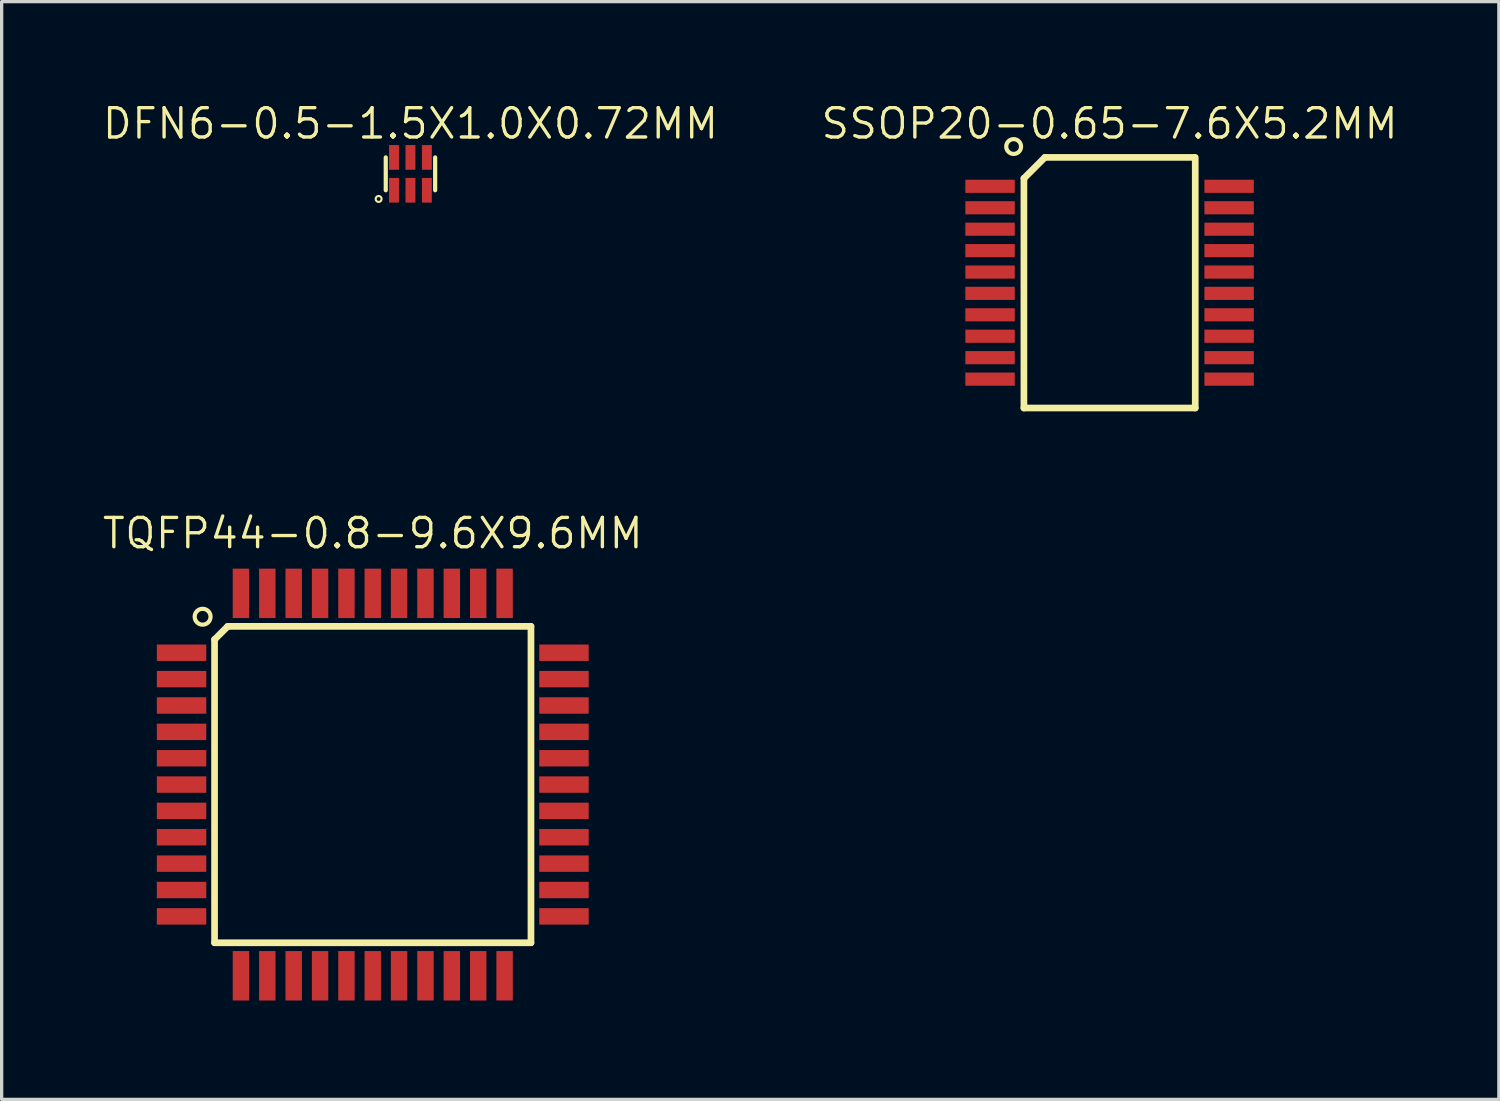
<source format=kicad_pcb>
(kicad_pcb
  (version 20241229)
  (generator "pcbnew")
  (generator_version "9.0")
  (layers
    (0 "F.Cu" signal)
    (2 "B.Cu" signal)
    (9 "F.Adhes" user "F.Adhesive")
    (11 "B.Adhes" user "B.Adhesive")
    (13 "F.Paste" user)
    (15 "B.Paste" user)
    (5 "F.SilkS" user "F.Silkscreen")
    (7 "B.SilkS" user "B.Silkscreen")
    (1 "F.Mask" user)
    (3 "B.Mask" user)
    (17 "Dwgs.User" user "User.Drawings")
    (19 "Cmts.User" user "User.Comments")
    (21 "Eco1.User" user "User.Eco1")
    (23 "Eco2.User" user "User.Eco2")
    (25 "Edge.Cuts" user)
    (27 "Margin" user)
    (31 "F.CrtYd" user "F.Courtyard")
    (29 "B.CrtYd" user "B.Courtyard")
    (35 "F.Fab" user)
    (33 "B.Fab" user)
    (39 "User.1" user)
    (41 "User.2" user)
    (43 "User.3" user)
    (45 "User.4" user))
  (footprint "SSOP20-0.65-7.6X5.2MM"
    (layer "F.Cu")
    (at 30.601 5.524)
    (property "Reference" "SSOP20-0.65-7.6X5.2MM" (at 0 -4.826 0) (layer "F.SilkS") (effects (font (size 0.889 0.889) (thickness 0.102))))
    (attr smd)
    (fp_line (start -2.598 -3.165) (end -2.598 3.8) (stroke (width 0.203) (type solid)) (layer "F.SilkS"))
    (fp_line (start -2.598 3.8) (end 2.598 3.8) (stroke (width 0.203) (type solid)) (layer "F.SilkS"))
    (fp_line (start -2.598 3.81) (end 2.598 3.81) (stroke (width 0.066) (type solid)) (layer "F.SilkS"))
    (fp_line (start -1.963 -3.8) (end -2.598 -3.165) (stroke (width 0.203) (type solid)) (layer "F.SilkS"))
    (fp_line (start 2.573 -3.823) (end 2.573 -3.8) (stroke (width 0.127) (type solid)) (layer "F.SilkS"))
    (fp_line (start 2.573 -3.8) (end -1.963 -3.8) (stroke (width 0.203) (type solid)) (layer "F.SilkS"))
    (fp_line (start 2.598 -3.81) (end 2.598 3.81) (stroke (width 0.066) (type solid)) (layer "F.SilkS"))
    (fp_line (start 2.598 3.8) (end 2.598 -3.8) (stroke (width 0.203) (type solid)) (layer "F.SilkS"))
    (fp_circle (center -2.91 -4.13) (end -3.03 -3.94) (stroke (width 0.127) (type solid)) (fill no) (layer "F.SilkS"))
    (pad "1" smd rect (at -3.625 -2.924 270) (size 0.399 1.499) (layers "F.Cu" "F.Mask" "F.Paste"))
    (pad "2" smd rect (at -3.625 -2.273 270) (size 0.399 1.499) (layers "F.Cu" "F.Mask" "F.Paste"))
    (pad "3" smd rect (at -3.625 -1.623 270) (size 0.399 1.499) (layers "F.Cu" "F.Mask" "F.Paste"))
    (pad "4" smd rect (at -3.625 -0.973 270) (size 0.399 1.499) (layers "F.Cu" "F.Mask" "F.Paste"))
    (pad "5" smd rect (at -3.625 -0.323 270) (size 0.399 1.499) (layers "F.Cu" "F.Mask" "F.Paste"))
    (pad "6" smd rect (at -3.625 0.323 270) (size 0.399 1.499) (layers "F.Cu" "F.Mask" "F.Paste"))
    (pad "7" smd rect (at -3.625 0.973 270) (size 0.399 1.499) (layers "F.Cu" "F.Mask" "F.Paste"))
    (pad "8" smd rect (at -3.625 1.623 270) (size 0.399 1.499) (layers "F.Cu" "F.Mask" "F.Paste"))
    (pad "9" smd rect (at -3.625 2.273 270) (size 0.399 1.499) (layers "F.Cu" "F.Mask" "F.Paste"))
    (pad "10" smd rect (at -3.625 2.924 270) (size 0.399 1.499) (layers "F.Cu" "F.Mask" "F.Paste"))
    (pad "11" smd rect (at 3.625 2.924 270) (size 0.399 1.499) (layers "F.Cu" "F.Mask" "F.Paste"))
    (pad "12" smd rect (at 3.625 2.273 270) (size 0.399 1.499) (layers "F.Cu" "F.Mask" "F.Paste"))
    (pad "13" smd rect (at 3.625 1.623 270) (size 0.399 1.499) (layers "F.Cu" "F.Mask" "F.Paste"))
    (pad "14" smd rect (at 3.625 0.973 270) (size 0.399 1.499) (layers "F.Cu" "F.Mask" "F.Paste"))
    (pad "15" smd rect (at 3.625 0.323 270) (size 0.399 1.499) (layers "F.Cu" "F.Mask" "F.Paste"))
    (pad "16" smd rect (at 3.625 -0.323 270) (size 0.399 1.499) (layers "F.Cu" "F.Mask" "F.Paste"))
    (pad "17" smd rect (at 3.625 -0.973 270) (size 0.399 1.499) (layers "F.Cu" "F.Mask" "F.Paste"))
    (pad "18" smd rect (at 3.625 -1.623 270) (size 0.399 1.499) (layers "F.Cu" "F.Mask" "F.Paste"))
    (pad "19" smd rect (at 3.625 -2.273 270) (size 0.399 1.499) (layers "F.Cu" "F.Mask" "F.Paste"))
    (pad "20" smd rect (at 3.625 -2.924 270) (size 0.399 1.499) (layers "F.Cu" "F.Mask" "F.Paste")))
  (footprint "TQFP44-0.8-9.6X9.6MM"
    (layer "F.Cu")
    (at 8.255 20.744)
    (property "Reference" "TQFP44-0.8-9.6X9.6MM" (at 0 -7.62 0) (layer "F.SilkS") (effects (font (size 0.889 0.889) (thickness 0.102))))
    (attr smd)
    (fp_line (start -4.798 -4.399) (end -4.399 -4.798) (stroke (width 0.203) (type solid)) (layer "F.SilkS"))
    (fp_line (start -4.798 4.798) (end -4.798 -4.399) (stroke (width 0.203) (type solid)) (layer "F.SilkS"))
    (fp_line (start -4.798 4.798) (end 4.798 4.798) (stroke (width 0.066) (type solid)) (layer "F.SilkS"))
    (fp_line (start -4.399 -4.798) (end 4.798 -4.798) (stroke (width 0.203) (type solid)) (layer "F.SilkS"))
    (fp_line (start 4.798 -4.798) (end 4.798 4.798) (stroke (width 0.203) (type solid)) (layer "F.SilkS"))
    (fp_line (start 4.798 4.798) (end -4.798 4.798) (stroke (width 0.203) (type solid)) (layer "F.SilkS"))
    (fp_line (start 4.798 4.798) (end 4.798 -4.798) (stroke (width 0.066) (type solid)) (layer "F.SilkS"))
    (fp_circle (center -5.16 -5.09) (end -4.98 -4.93) (stroke (width 0.127) (type solid)) (fill no) (layer "F.SilkS"))
    (pad "1" smd rect (at -5.799 -3.998) (size 1.499 0.498) (layers "F.Cu" "F.Mask" "F.Paste"))
    (pad "2" smd rect (at -5.799 -3.198) (size 1.499 0.498) (layers "F.Cu" "F.Mask" "F.Paste"))
    (pad "3" smd rect (at -5.799 -2.398) (size 1.499 0.498) (layers "F.Cu" "F.Mask" "F.Paste"))
    (pad "4" smd rect (at -5.799 -1.598) (size 1.499 0.498) (layers "F.Cu" "F.Mask" "F.Paste"))
    (pad "5" smd rect (at -5.799 -0.798) (size 1.499 0.498) (layers "F.Cu" "F.Mask" "F.Paste"))
    (pad "6" smd rect (at -5.799 0) (size 1.499 0.498) (layers "F.Cu" "F.Mask" "F.Paste"))
    (pad "7" smd rect (at -5.799 0.798) (size 1.499 0.498) (layers "F.Cu" "F.Mask" "F.Paste"))
    (pad "8" smd rect (at -5.799 1.598) (size 1.499 0.498) (layers "F.Cu" "F.Mask" "F.Paste"))
    (pad "9" smd rect (at -5.799 2.398) (size 1.499 0.498) (layers "F.Cu" "F.Mask" "F.Paste"))
    (pad "10" smd rect (at -5.799 3.198) (size 1.499 0.498) (layers "F.Cu" "F.Mask" "F.Paste"))
    (pad "11" smd rect (at -5.799 3.998) (size 1.499 0.498) (layers "F.Cu" "F.Mask" "F.Paste"))
    (pad "12" smd rect (at -3.998 5.799) (size 0.498 1.499) (layers "F.Cu" "F.Mask" "F.Paste"))
    (pad "13" smd rect (at -3.198 5.799) (size 0.498 1.499) (layers "F.Cu" "F.Mask" "F.Paste"))
    (pad "14" smd rect (at -2.398 5.799) (size 0.498 1.499) (layers "F.Cu" "F.Mask" "F.Paste"))
    (pad "15" smd rect (at -1.598 5.799) (size 0.498 1.499) (layers "F.Cu" "F.Mask" "F.Paste"))
    (pad "16" smd rect (at -0.798 5.799) (size 0.498 1.499) (layers "F.Cu" "F.Mask" "F.Paste"))
    (pad "17" smd rect (at 0 5.799) (size 0.498 1.499) (layers "F.Cu" "F.Mask" "F.Paste"))
    (pad "18" smd rect (at 0.798 5.799) (size 0.498 1.499) (layers "F.Cu" "F.Mask" "F.Paste"))
    (pad "19" smd rect (at 1.598 5.799) (size 0.498 1.499) (layers "F.Cu" "F.Mask" "F.Paste"))
    (pad "20" smd rect (at 2.398 5.799) (size 0.498 1.499) (layers "F.Cu" "F.Mask" "F.Paste"))
    (pad "21" smd rect (at 3.198 5.799) (size 0.498 1.499) (layers "F.Cu" "F.Mask" "F.Paste"))
    (pad "22" smd rect (at 3.998 5.799) (size 0.498 1.499) (layers "F.Cu" "F.Mask" "F.Paste"))
    (pad "23" smd rect (at 5.799 3.998) (size 1.499 0.498) (layers "F.Cu" "F.Mask" "F.Paste"))
    (pad "24" smd rect (at 5.799 3.198) (size 1.499 0.498) (layers "F.Cu" "F.Mask" "F.Paste"))
    (pad "25" smd rect (at 5.799 2.398) (size 1.499 0.498) (layers "F.Cu" "F.Mask" "F.Paste"))
    (pad "26" smd rect (at 5.799 1.598) (size 1.499 0.498) (layers "F.Cu" "F.Mask" "F.Paste"))
    (pad "27" smd rect (at 5.799 0.798) (size 1.499 0.498) (layers "F.Cu" "F.Mask" "F.Paste"))
    (pad "28" smd rect (at 5.799 0) (size 1.499 0.498) (layers "F.Cu" "F.Mask" "F.Paste"))
    (pad "29" smd rect (at 5.799 -0.798) (size 1.499 0.498) (layers "F.Cu" "F.Mask" "F.Paste"))
    (pad "30" smd rect (at 5.799 -1.598) (size 1.499 0.498) (layers "F.Cu" "F.Mask" "F.Paste"))
    (pad "31" smd rect (at 5.799 -2.398) (size 1.499 0.498) (layers "F.Cu" "F.Mask" "F.Paste"))
    (pad "32" smd rect (at 5.799 -3.198) (size 1.499 0.498) (layers "F.Cu" "F.Mask" "F.Paste"))
    (pad "33" smd rect (at 5.799 -3.998) (size 1.499 0.498) (layers "F.Cu" "F.Mask" "F.Paste"))
    (pad "34" smd rect (at 3.998 -5.799) (size 0.498 1.499) (layers "F.Cu" "F.Mask" "F.Paste"))
    (pad "35" smd rect (at 3.198 -5.799) (size 0.498 1.499) (layers "F.Cu" "F.Mask" "F.Paste"))
    (pad "36" smd rect (at 2.398 -5.799) (size 0.498 1.499) (layers "F.Cu" "F.Mask" "F.Paste"))
    (pad "37" smd rect (at 1.598 -5.799) (size 0.498 1.499) (layers "F.Cu" "F.Mask" "F.Paste"))
    (pad "38" smd rect (at 0.798 -5.799) (size 0.498 1.499) (layers "F.Cu" "F.Mask" "F.Paste"))
    (pad "39" smd rect (at 0 -5.799) (size 0.498 1.499) (layers "F.Cu" "F.Mask" "F.Paste"))
    (pad "40" smd rect (at -0.798 -5.799) (size 0.498 1.499) (layers "F.Cu" "F.Mask" "F.Paste"))
    (pad "41" smd rect (at -1.598 -5.799) (size 0.498 1.499) (layers "F.Cu" "F.Mask" "F.Paste"))
    (pad "42" smd rect (at -2.398 -5.799) (size 0.498 1.499) (layers "F.Cu" "F.Mask" "F.Paste"))
    (pad "43" smd rect (at -3.198 -5.799) (size 0.498 1.499) (layers "F.Cu" "F.Mask" "F.Paste"))
    (pad "44" smd rect (at -3.998 -5.799) (size 0.498 1.499) (layers "F.Cu" "F.Mask" "F.Paste")))
  (footprint "DFN6-0.5-1.5X1.0X0.72MM"
    (layer "F.Cu")
    (at 9.398 2.222)
    (property "Reference" "DFN6-0.5-1.5X1.0X0.72MM" (at 0 -1.524 0) (layer "F.SilkS") (effects (font (size 0.889 0.889) (thickness 0.102))))
    (attr smd)
    (fp_line (start -0.749 0.498) (end -0.749 -0.498) (stroke (width 0.127) (type solid)) (layer "F.SilkS"))
    (fp_line (start 0.749 -0.498) (end 0.749 0.498) (stroke (width 0.127) (type solid)) (layer "F.SilkS"))
    (fp_circle (center -0.965 0.762) (end -1.029 0.826) (stroke (width 0.064) (type solid)) (fill no) (layer "F.SilkS"))
    (pad "1" smd rect (at -0.498 0.498 90) (size 0.749 0.3) (layers "F.Cu" "F.Mask" "F.Paste"))
    (pad "2" smd rect (at 0 0.498 90) (size 0.749 0.3) (layers "F.Cu" "F.Mask" "F.Paste"))
    (pad "3" smd rect (at 0.498 0.498 90) (size 0.749 0.3) (layers "F.Cu" "F.Mask" "F.Paste"))
    (pad "4" smd rect (at 0.498 -0.498 90) (size 0.749 0.3) (layers "F.Cu" "F.Mask" "F.Paste"))
    (pad "5" smd rect (at 0 -0.498 90) (size 0.749 0.3) (layers "F.Cu" "F.Mask" "F.Paste"))
    (pad "6" smd rect (at -0.498 -0.498 90) (size 0.749 0.3) (layers "F.Cu" "F.Mask" "F.Paste")))
  (gr_rect
    (start -3 -3)
    (end 42.407 30.292)
    (stroke (width 0.1) (type default))
    (fill no)
    (layer "Edge.Cuts")))
</source>
